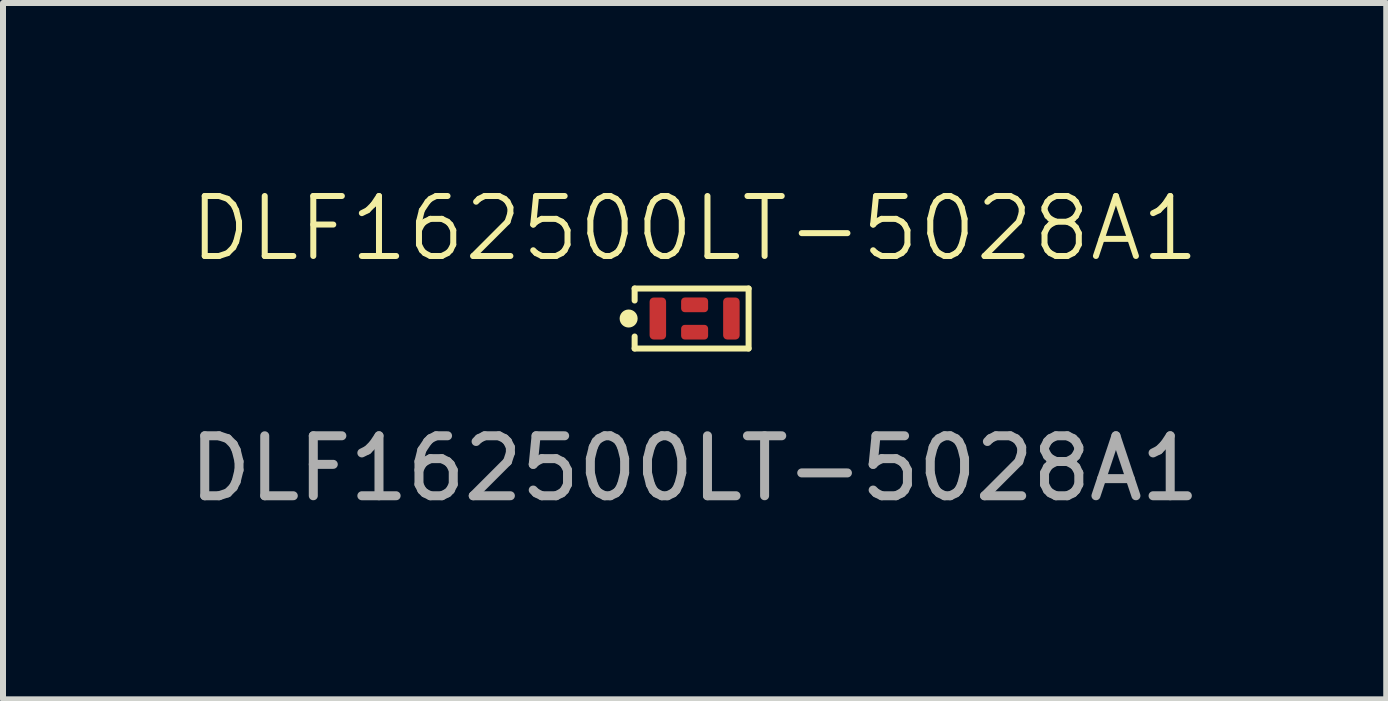
<source format=kicad_pcb>
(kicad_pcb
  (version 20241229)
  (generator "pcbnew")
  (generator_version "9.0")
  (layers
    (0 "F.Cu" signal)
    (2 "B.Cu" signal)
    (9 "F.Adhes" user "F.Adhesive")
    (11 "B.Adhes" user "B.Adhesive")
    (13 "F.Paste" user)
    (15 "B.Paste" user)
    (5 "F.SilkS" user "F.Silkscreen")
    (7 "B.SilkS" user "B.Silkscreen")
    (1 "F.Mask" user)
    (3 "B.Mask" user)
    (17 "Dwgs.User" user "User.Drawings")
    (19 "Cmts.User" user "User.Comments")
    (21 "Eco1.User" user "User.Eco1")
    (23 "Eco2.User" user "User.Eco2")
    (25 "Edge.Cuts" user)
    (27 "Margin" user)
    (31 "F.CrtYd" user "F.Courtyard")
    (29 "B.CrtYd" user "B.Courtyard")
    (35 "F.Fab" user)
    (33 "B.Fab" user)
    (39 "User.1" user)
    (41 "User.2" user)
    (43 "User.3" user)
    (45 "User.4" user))
  (footprint "DLF162500LT-5028A1"
    (layer "F.Cu")
    (at 8.53 2.26)
    (property "Reference" "DLF162500LT-5028A1" (at 0 -1.5 0) (unlocked yes) (layer "F.SilkS") (effects (font (size 1 1) (thickness 0.1))))
    (attr smd)
    (fp_line (start -1 -0.5) (end 0.9 -0.5) (stroke (width 0.1) (type default)) (layer "F.SilkS"))
    (fp_line (start -1 -0.3) (end -1 -0.5) (stroke (width 0.1) (type default)) (layer "F.SilkS"))
    (fp_line (start -1 0.5) (end -1 0.3) (stroke (width 0.1) (type default)) (layer "F.SilkS"))
    (fp_line (start 0.9 -0.5) (end 0.9 0.5) (stroke (width 0.1) (type default)) (layer "F.SilkS"))
    (fp_line (start 0.9 0.5) (end -1 0.5) (stroke (width 0.1) (type default)) (layer "F.SilkS"))
    (fp_circle (center -1.1 0) (end -1 0) (stroke (width 0.1) (type solid)) (fill yes) (layer "F.SilkS"))
    (fp_text user "${REFERENCE}" (at 0 2.5 0) (unlocked yes) (layer "F.Fab") (effects (font (size 1 1) (thickness 0.15))))
    (pad "1" smd roundrect (at -0.613 0) (size 0.275 0.7) (layers "F.Cu" "F.Mask" "F.Paste") (roundrect_rratio 0.25))
    (pad "2" smd roundrect (at 0 0.228) (size 0.45 0.245) (layers "F.Cu" "F.Mask" "F.Paste") (roundrect_rratio 0.25))
    (pad "3" smd roundrect (at 0.613 0) (size 0.275 0.7) (layers "F.Cu" "F.Mask" "F.Paste") (roundrect_rratio 0.25))
    (pad "4" smd roundrect (at 0 -0.228) (size 0.45 0.245) (layers "F.Cu" "F.Mask" "F.Paste") (roundrect_rratio 0.25)))
  (gr_rect
    (start -3 -3)
    (end 20.06 8.609)
    (stroke (width 0.1) (type default))
    (fill no)
    (layer "Edge.Cuts")))
</source>
